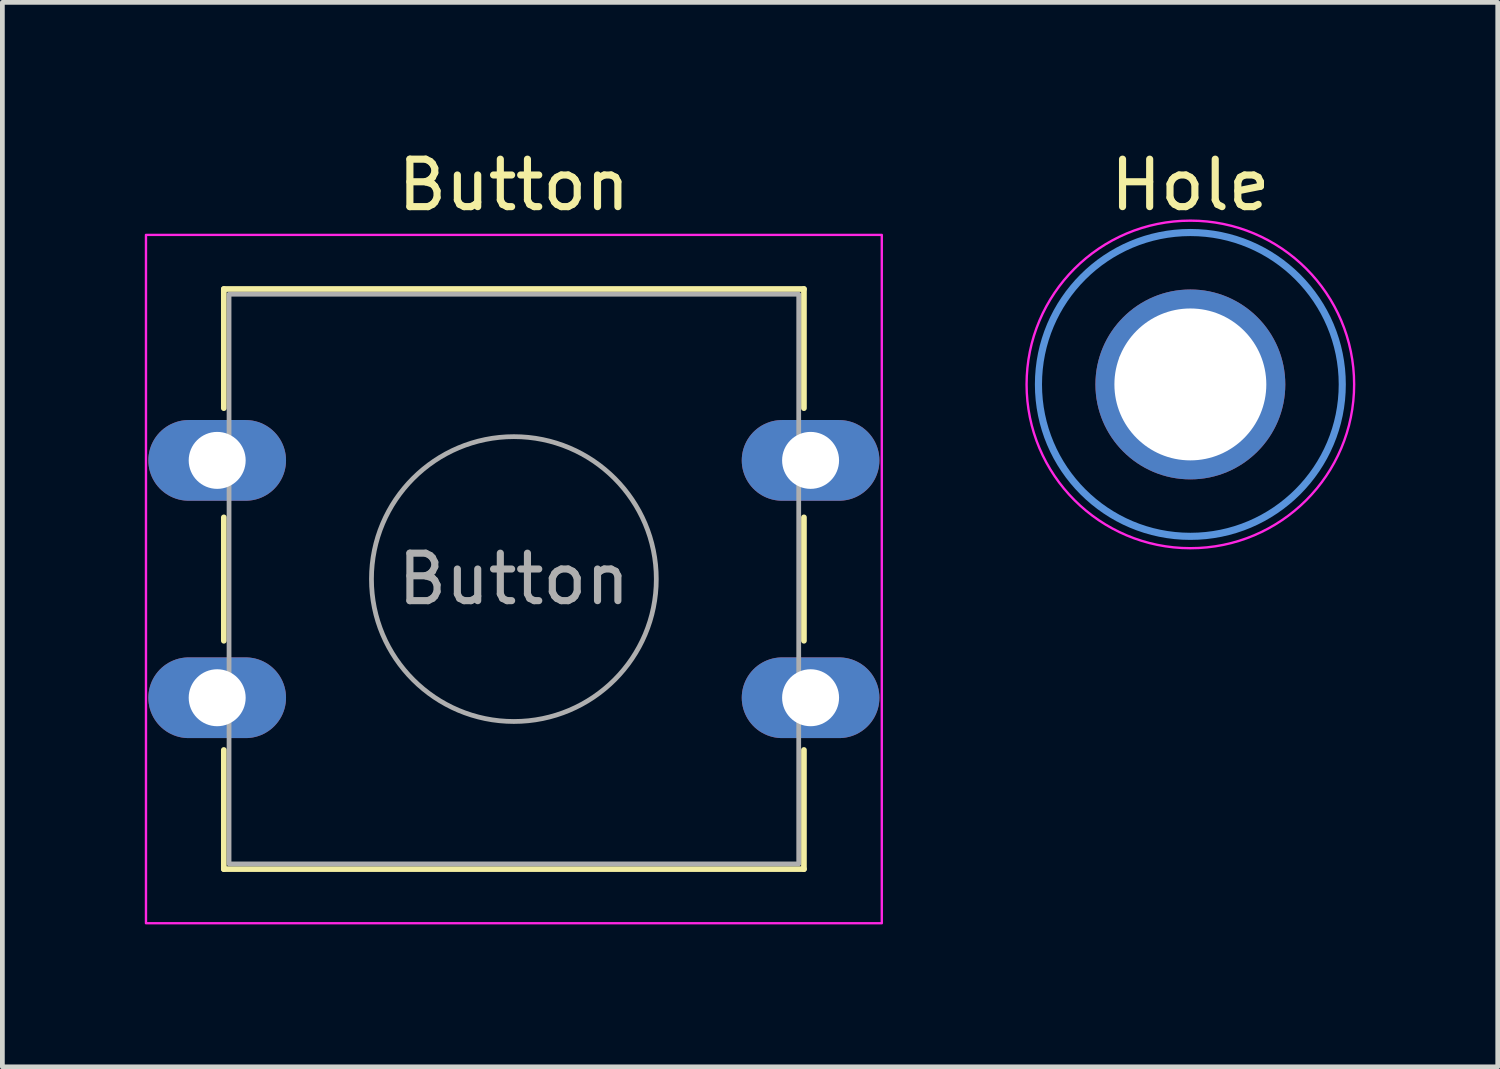
<source format=kicad_pcb>
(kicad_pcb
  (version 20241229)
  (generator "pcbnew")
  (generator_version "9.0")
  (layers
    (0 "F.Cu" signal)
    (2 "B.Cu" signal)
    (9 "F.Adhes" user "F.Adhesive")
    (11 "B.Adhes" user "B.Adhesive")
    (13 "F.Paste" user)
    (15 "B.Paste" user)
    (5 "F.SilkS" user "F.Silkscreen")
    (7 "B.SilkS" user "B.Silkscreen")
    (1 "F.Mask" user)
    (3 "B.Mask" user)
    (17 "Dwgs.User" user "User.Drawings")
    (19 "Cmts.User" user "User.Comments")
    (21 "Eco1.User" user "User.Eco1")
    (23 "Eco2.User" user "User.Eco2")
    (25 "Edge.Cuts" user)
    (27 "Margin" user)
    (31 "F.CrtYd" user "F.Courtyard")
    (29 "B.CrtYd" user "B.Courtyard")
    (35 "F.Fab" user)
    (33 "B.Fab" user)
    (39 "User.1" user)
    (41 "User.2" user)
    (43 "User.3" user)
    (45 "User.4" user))
  (footprint "Button"
    (layer "F.Cu")
    (at 1.525 6.648)
    (property "Reference" "Button" (at 6.25 -5.8 0) (layer "F.SilkS") (effects (font (size 1 1) (thickness 0.15))))
    (attr through_hole)
    (fp_line (start 0.14 -3.61) (end 0.14 -1.1) (stroke (width 0.12) (type default)) (layer "F.SilkS"))
    (fp_line (start 0.14 -3.61) (end 12.36 -3.61) (stroke (width 0.12) (type default)) (layer "F.SilkS"))
    (fp_line (start 0.14 1.2) (end 0.14 3.8) (stroke (width 0.12) (type default)) (layer "F.SilkS"))
    (fp_line (start 0.14 6.1) (end 0.14 8.61) (stroke (width 0.12) (type default)) (layer "F.SilkS"))
    (fp_line (start 12.36 -3.61) (end 12.36 -1.1) (stroke (width 0.12) (type default)) (layer "F.SilkS"))
    (fp_line (start 12.36 1.2) (end 12.36 3.8) (stroke (width 0.12) (type default)) (layer "F.SilkS"))
    (fp_line (start 12.36 6.1) (end 12.36 8.61) (stroke (width 0.12) (type default)) (layer "F.SilkS"))
    (fp_line (start 12.36 8.61) (end 0.14 8.61) (stroke (width 0.12) (type default)) (layer "F.SilkS"))
    (fp_rect (start -1.5 -4.75) (end 14 9.75) (stroke (width 0.05) (type default)) (fill no) (layer "F.CrtYd"))
    (fp_rect (start 0.25 -3.5) (end 12.25 8.5) (stroke (width 0.1) (type default)) (fill no) (layer "F.Fab"))
    (fp_circle (center 6.25 2.5) (end 9.25 2.5) (stroke (width 0.1) (type default)) (fill no) (layer "F.Fab"))
    (fp_text user "${REFERENCE}" (at 6.25 2.5 0) (layer "F.Fab") (effects (font (size 1 1) (thickness 0.15))))
    (pad "1" thru_hole oval (at 0 0) (size 2.9 1.7) (drill 1.2) (layers "*.Cu" "*.Mask"))
    (pad "1" thru_hole oval (at 12.5 0) (size 2.9 1.7) (drill 1.2) (layers "*.Cu" "*.Mask"))
    (pad "2" thru_hole oval (at 0 5) (size 2.9 1.7) (drill 1.2) (layers "*.Cu" "*.Mask"))
    (pad "2" thru_hole oval (at 12.5 5) (size 2.9 1.7) (drill 1.2) (layers "*.Cu" "*.Mask")))
  (footprint "Hole"
    (layer "F.Cu")
    (at 22.025 5.048)
    (property "Reference" "Hole" (at 0 -4.2 0) (layer "F.SilkS") (effects (font (size 1 1) (thickness 0.15))))
    (attr exclude_from_pos_files exclude_from_bom)
    (fp_circle (center 0 0) (end 3.2 0) (stroke (width 0.15) (type solid)) (fill no) (layer "Cmts.User"))
    (fp_circle (center 0 0) (end 3.45 0) (stroke (width 0.05) (type solid)) (fill no) (layer "F.CrtYd"))
    (fp_text user "${REFERENCE}" (at 0 0 0) (layer "F.Fab") (effects (font (size 1 1) (thickness 0.15))))
    (pad "" np_thru_hole circle (at 0 0) (size 4 4) (drill 3.2) (layers "*.Cu" "*.Mask")))
  (gr_rect
    (start -3 -3)
    (end 28.5 19.423)
    (stroke (width 0.1) (type default))
    (fill no)
    (layer "Edge.Cuts")))
</source>
